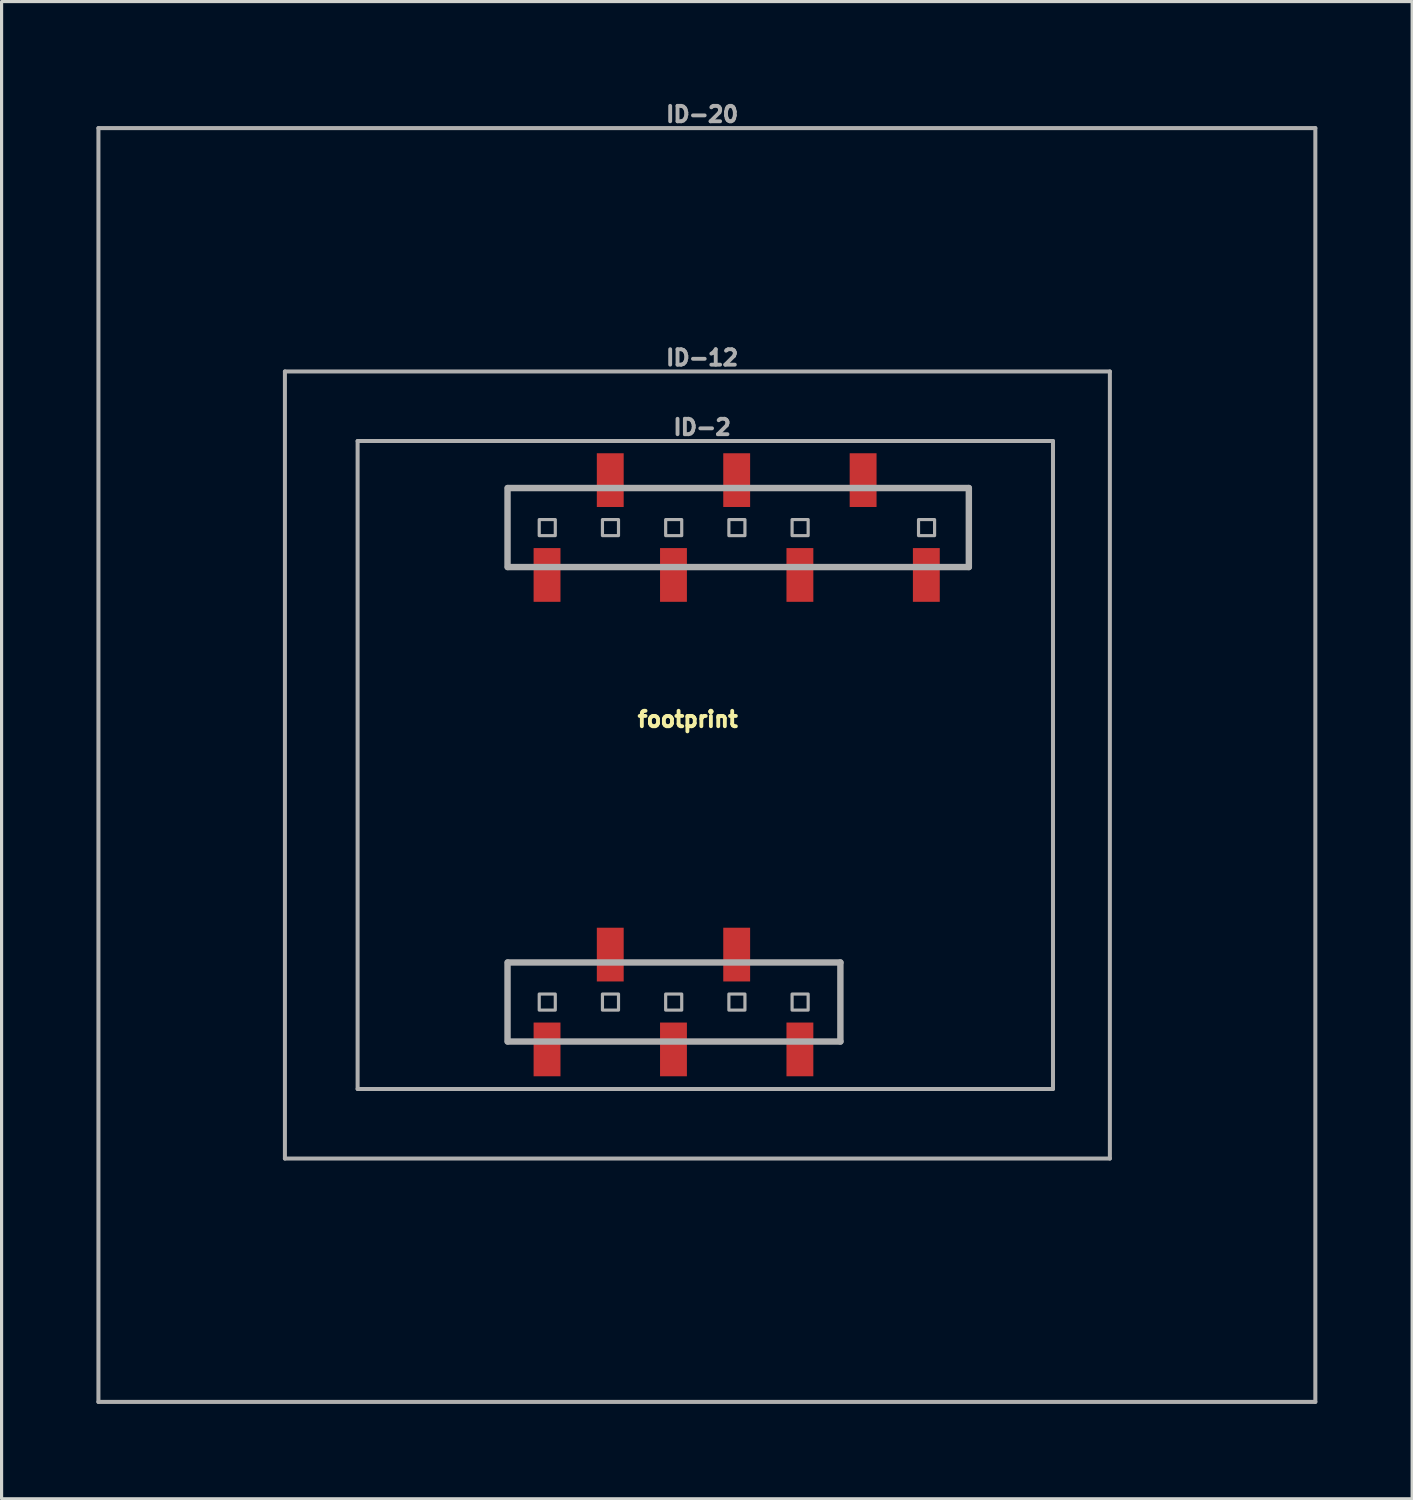
<source format=kicad_pcb>
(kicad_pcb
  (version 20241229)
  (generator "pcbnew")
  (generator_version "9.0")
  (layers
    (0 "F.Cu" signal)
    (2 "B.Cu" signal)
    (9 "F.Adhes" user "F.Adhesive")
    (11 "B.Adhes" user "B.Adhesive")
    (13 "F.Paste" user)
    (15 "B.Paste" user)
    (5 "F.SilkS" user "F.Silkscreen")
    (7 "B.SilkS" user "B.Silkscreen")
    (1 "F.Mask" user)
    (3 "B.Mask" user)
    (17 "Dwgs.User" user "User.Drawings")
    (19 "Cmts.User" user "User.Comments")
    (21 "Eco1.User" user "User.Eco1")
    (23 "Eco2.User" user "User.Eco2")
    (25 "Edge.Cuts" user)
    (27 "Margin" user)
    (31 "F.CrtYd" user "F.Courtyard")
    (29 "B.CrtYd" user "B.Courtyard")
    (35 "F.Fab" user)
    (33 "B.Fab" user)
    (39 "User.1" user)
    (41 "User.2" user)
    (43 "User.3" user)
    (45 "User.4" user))
  (footprint "footprint"
    (layer "F.Cu")
    (at 19.264 21.153)
    (property "Reference" "footprint" (at -0.555 -1.161 0) (layer "F.SilkS") (effects (font (size 0.488 0.488) (thickness 0.122)) (justify bottom)))
    (fp_line (start -19.2 -20.15) (end 19.3 -20.15) (stroke (width 0.127) (type solid)) (layer "F.Fab"))
    (fp_line (start -19.2 20.15) (end -19.2 -20.15) (stroke (width 0.127) (type solid)) (layer "F.Fab"))
    (fp_line (start -13.3 -12.45) (end -13.3 12.45) (stroke (width 0.127) (type solid)) (layer "F.Fab"))
    (fp_line (start -13.3 12.45) (end 12.8 12.45) (stroke (width 0.127) (type solid)) (layer "F.Fab"))
    (fp_line (start -11 -10.25) (end 11 -10.25) (stroke (width 0.127) (type solid)) (layer "F.Fab"))
    (fp_line (start -11 10.25) (end -11 -10.25) (stroke (width 0.127) (type solid)) (layer "F.Fab"))
    (fp_line (start -6.257 -8.763) (end -6.257 -6.263) (stroke (width 0.203) (type solid)) (layer "F.Fab"))
    (fp_line (start -6.257 6.248) (end -6.257 8.748) (stroke (width 0.203) (type solid)) (layer "F.Fab"))
    (fp_line (start -6.244 -8.763) (end 8.338 -8.763) (stroke (width 0.203) (type solid)) (layer "F.Fab"))
    (fp_line (start -6.244 6.248) (end 4.274 6.248) (stroke (width 0.203) (type solid)) (layer "F.Fab"))
    (fp_line (start 4.274 6.248) (end 4.274 8.748) (stroke (width 0.203) (type solid)) (layer "F.Fab"))
    (fp_line (start 4.274 8.748) (end -6.244 8.748) (stroke (width 0.203) (type solid)) (layer "F.Fab"))
    (fp_line (start 8.338 -8.763) (end 8.338 -6.263) (stroke (width 0.203) (type solid)) (layer "F.Fab"))
    (fp_line (start 8.338 -6.263) (end -6.244 -6.263) (stroke (width 0.203) (type solid)) (layer "F.Fab"))
    (fp_line (start 11 -10.25) (end 11 10.25) (stroke (width 0.127) (type solid)) (layer "F.Fab"))
    (fp_line (start 11 10.25) (end -11 10.25) (stroke (width 0.127) (type solid)) (layer "F.Fab"))
    (fp_line (start 12.8 -12.45) (end -13.3 -12.45) (stroke (width 0.127) (type solid)) (layer "F.Fab"))
    (fp_line (start 12.8 12.45) (end 12.8 -12.45) (stroke (width 0.127) (type solid)) (layer "F.Fab"))
    (fp_line (start 19.3 -20.15) (end 19.3 20.15) (stroke (width 0.127) (type solid)) (layer "F.Fab"))
    (fp_line (start 19.3 20.15) (end -19.2 20.15) (stroke (width 0.127) (type solid)) (layer "F.Fab"))
    (fp_poly (pts (xy -5.254 -7.257) (xy -4.746 -7.257) (xy -4.746 -7.765) (xy -5.254 -7.765)) (stroke (width 0.1) (type solid)) (fill no) (layer "F.Fab"))
    (fp_poly (pts (xy -5.254 7.754) (xy -4.746 7.754) (xy -4.746 7.246) (xy -5.254 7.246)) (stroke (width 0.1) (type solid)) (fill no) (layer "F.Fab"))
    (fp_poly (pts (xy -3.254 -7.257) (xy -2.746 -7.257) (xy -2.746 -7.765) (xy -3.254 -7.765)) (stroke (width 0.1) (type solid)) (fill no) (layer "F.Fab"))
    (fp_poly (pts (xy -3.254 7.754) (xy -2.746 7.754) (xy -2.746 7.246) (xy -3.254 7.246)) (stroke (width 0.1) (type solid)) (fill no) (layer "F.Fab"))
    (fp_poly (pts (xy -1.254 -7.257) (xy -0.746 -7.257) (xy -0.746 -7.765) (xy -1.254 -7.765)) (stroke (width 0.1) (type solid)) (fill no) (layer "F.Fab"))
    (fp_poly (pts (xy -1.254 7.754) (xy -0.746 7.754) (xy -0.746 7.246) (xy -1.254 7.246)) (stroke (width 0.1) (type solid)) (fill no) (layer "F.Fab"))
    (fp_poly (pts (xy 0.746 -7.257) (xy 1.254 -7.257) (xy 1.254 -7.765) (xy 0.746 -7.765)) (stroke (width 0.1) (type solid)) (fill no) (layer "F.Fab"))
    (fp_poly (pts (xy 0.746 7.754) (xy 1.254 7.754) (xy 1.254 7.246) (xy 0.746 7.246)) (stroke (width 0.1) (type solid)) (fill no) (layer "F.Fab"))
    (fp_poly (pts (xy 2.746 -7.257) (xy 3.254 -7.257) (xy 3.254 -7.765) (xy 2.746 -7.765)) (stroke (width 0.1) (type solid)) (fill no) (layer "F.Fab"))
    (fp_poly (pts (xy 2.746 7.754) (xy 3.254 7.754) (xy 3.254 7.246) (xy 2.746 7.246)) (stroke (width 0.1) (type solid)) (fill no) (layer "F.Fab"))
    (fp_poly (pts (xy 6.746 -7.257) (xy 7.254 -7.257) (xy 7.254 -7.765) (xy 6.746 -7.765)) (stroke (width 0.1) (type solid)) (fill no) (layer "F.Fab"))
    (fp_text user "ID-12" (at -0.1 -12.6 0) (layer "F.Fab") (effects (font (size 0.488 0.488) (thickness 0.122)) (justify bottom)))
    (fp_text user "ID-20" (at -0.1 -20.3 0) (layer "F.Fab") (effects (font (size 0.488 0.488) (thickness 0.122)) (justify bottom)))
    (fp_text user "ID-2" (at -0.1 -10.4 0) (layer "F.Fab") (effects (font (size 0.488 0.488) (thickness 0.122)) (justify bottom)))
    (pad "1" smd rect (at 2.993 8.998) (size 0.85 1.7) (layers "F.Cu" "F.Mask" "F.Paste"))
    (pad "2" smd rect (at 0.993 5.998) (size 0.85 1.7) (layers "F.Cu" "F.Mask" "F.Paste"))
    (pad "3" smd rect (at -1.007 8.998) (size 0.85 1.7) (layers "F.Cu" "F.Mask" "F.Paste"))
    (pad "4" smd rect (at -3.007 5.998) (size 0.85 1.7) (layers "F.Cu" "F.Mask" "F.Paste"))
    (pad "5" smd rect (at -5.007 8.998) (size 0.85 1.7) (layers "F.Cu" "F.Mask" "F.Paste"))
    (pad "6" smd rect (at -5.007 -6.013) (size 0.85 1.7) (layers "F.Cu" "F.Mask" "F.Paste"))
    (pad "7" smd rect (at -3.007 -9.013) (size 0.85 1.7) (layers "F.Cu" "F.Mask" "F.Paste"))
    (pad "8" smd rect (at -1.007 -6.013) (size 0.85 1.7) (layers "F.Cu" "F.Mask" "F.Paste"))
    (pad "9" smd rect (at 0.993 -9.013) (size 0.85 1.7) (layers "F.Cu" "F.Mask" "F.Paste"))
    (pad "10" smd rect (at 2.993 -6.013) (size 0.85 1.7) (layers "F.Cu" "F.Mask" "F.Paste"))
    (pad "11" smd rect (at 6.993 -6.013) (size 0.85 1.7) (layers "F.Cu" "F.Mask" "F.Paste"))
    (pad "NC" smd rect (at 4.993 -9.013) (size 0.85 1.7) (layers "F.Cu" "F.Mask" "F.Paste"))
    (zone (net_name "") (layer "F.Cu") (hatch edge 0.508) (connect_pads) (min_thickness 0.254) (filled_areas_thickness no) (keepout (tracks not_allowed) (vias not_allowed) (pads not_allowed) (copperpour not_allowed) (footprints allowed)) (placement (enabled no)) (fill) (polygon (pts (xy 5.928 33.599) (xy 32.09 33.599) (xy 32.09 8.707) (xy 5.928 8.707))))
    (zone (net_name "") (layer "B.Cu") (hatch edge 0.508) (connect_pads) (min_thickness 0.254) (filled_areas_thickness no) (keepout (tracks not_allowed) (vias not_allowed) (pads not_allowed) (copperpour not_allowed) (footprints allowed)) (placement (enabled no)) (fill) (polygon (pts (xy 32.09 8.707) (xy 5.928 8.707) (xy 5.928 33.599) (xy 32.09 33.599)))))
  (gr_rect
    (start -3 -3)
    (end 41.627 44.367)
    (stroke (width 0.1) (type default))
    (fill no)
    (layer "Edge.Cuts")))
</source>
